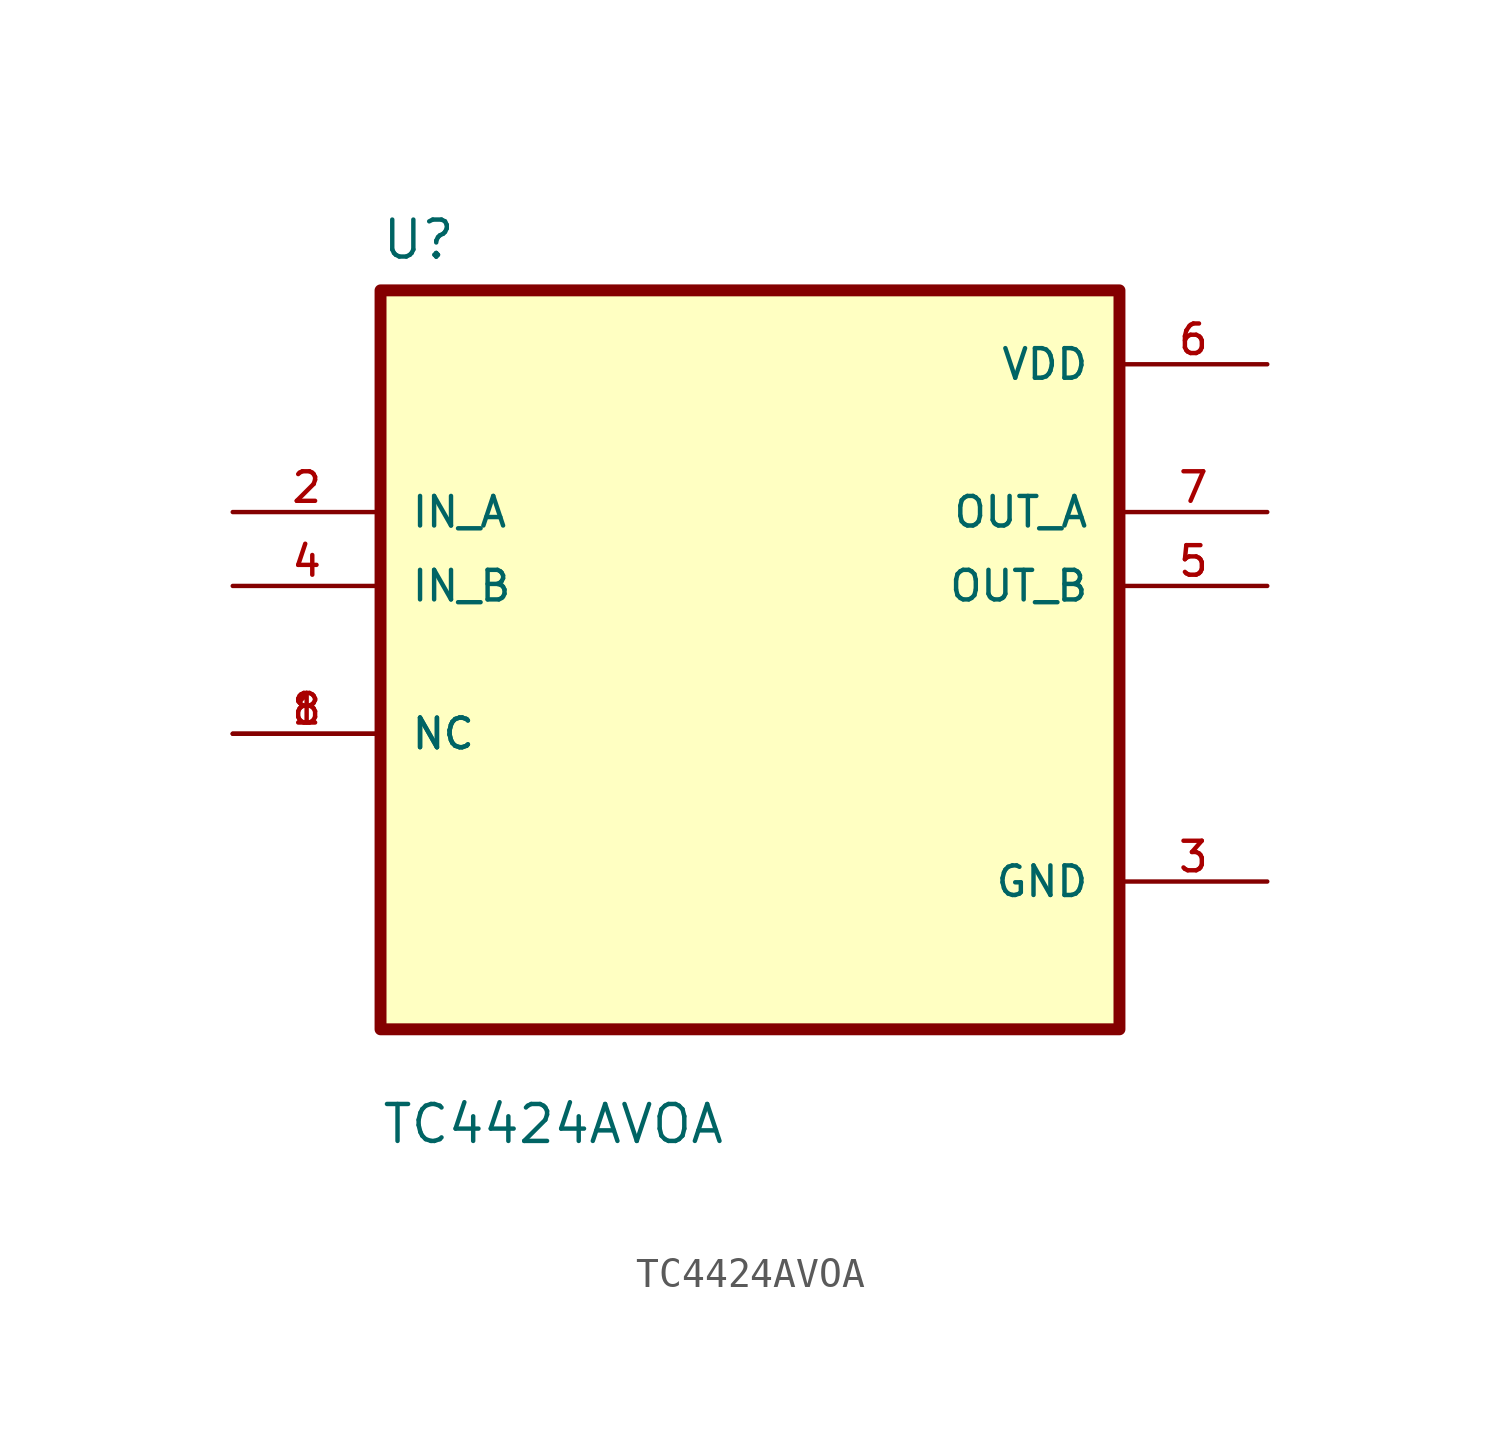
<source format=kicad_sym>
(kicad_symbol_lib
  (version 20211014)
  (generator kicad_symbol_editor)
  (symbol "TC4424AVOA"
    (pin_names
      (offset 1.016))
    (property "Reference" "U"
      (at -12.7 13.7 0.0)
      (effects (font (size 1.27 1.27)) (justify bottom left)))
    (property "Value" "TC4424AVOA"
      (at -12.7 -16.7 0.0)
      (effects (font (size 1.27 1.27)) (justify bottom left)))
    (symbol "TC4424AVOA_0_0"
      (rectangle (start -12.7 -12.7) (end 12.7 12.7) (stroke (width 0.41)) (fill (type background)))
      (pin input line (at -17.78 5.08 0) (length 5.08) (name "IN_A" (effects (font (size 1.016 1.016)))) (number "2" (effects (font (size 1.016 1.016)))))
      (pin input line (at -17.78 2.54 0) (length 5.08) (name "IN_B" (effects (font (size 1.016 1.016)))) (number "4" (effects (font (size 1.016 1.016)))))
      (pin bidirectional line (at -17.78 -2.54 0) (length 5.08) (name "NC" (effects (font (size 1.016 1.016)))) (number "1" (effects (font (size 1.016 1.016)))))
      (pin bidirectional line (at -17.78 -2.54 0) (length 5.08) (name "NC" (effects (font (size 1.016 1.016)))) (number "8" (effects (font (size 1.016 1.016)))))
      (pin power_in line (at 17.78 10.16 180.0) (length 5.08) (name "VDD" (effects (font (size 1.016 1.016)))) (number "6" (effects (font (size 1.016 1.016)))))
      (pin output line (at 17.78 5.08 180.0) (length 5.08) (name "OUT_A" (effects (font (size 1.016 1.016)))) (number "7" (effects (font (size 1.016 1.016)))))
      (pin output line (at 17.78 2.54 180.0) (length 5.08) (name "OUT_B" (effects (font (size 1.016 1.016)))) (number "5" (effects (font (size 1.016 1.016)))))
      (pin power_in line (at 17.78 -7.62 180.0) (length 5.08) (name "GND" (effects (font (size 1.016 1.016)))) (number "3" (effects (font (size 1.016 1.016))))))))
</source>
